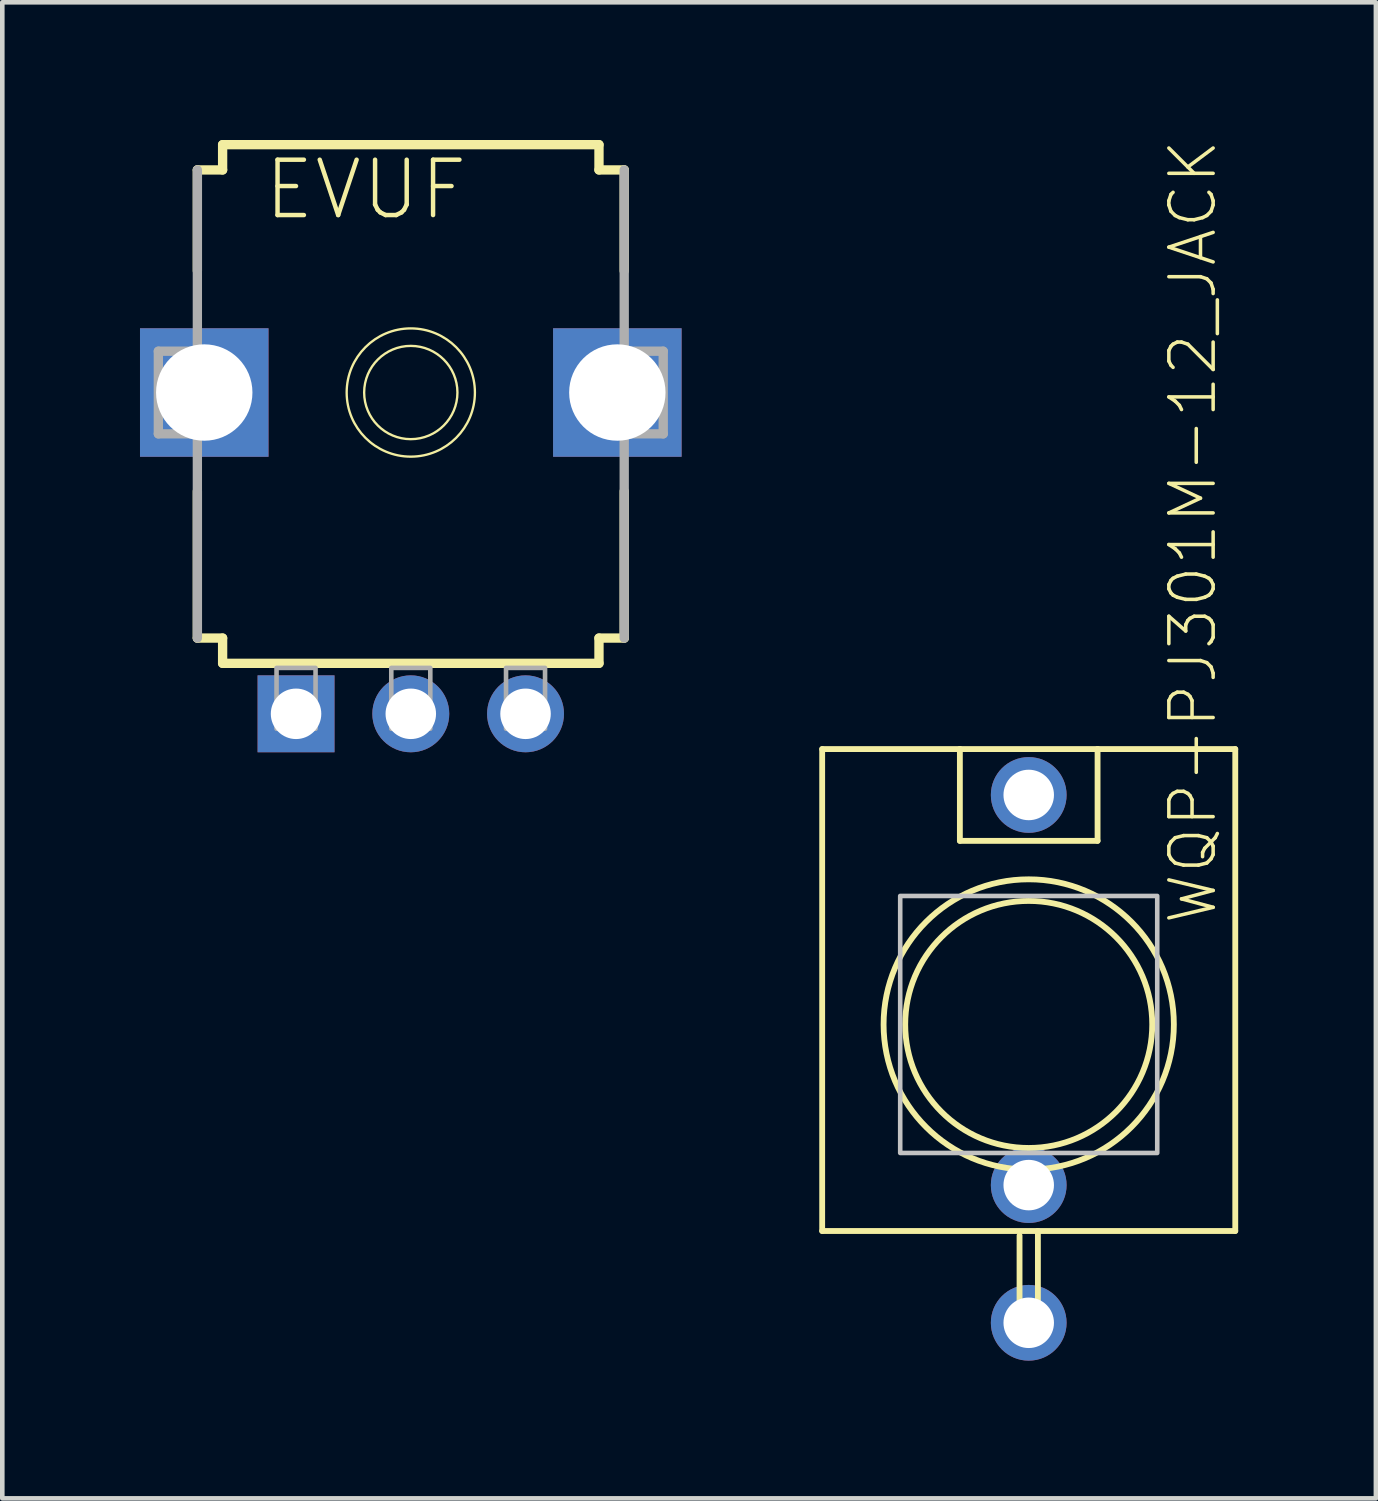
<source format=kicad_pcb>
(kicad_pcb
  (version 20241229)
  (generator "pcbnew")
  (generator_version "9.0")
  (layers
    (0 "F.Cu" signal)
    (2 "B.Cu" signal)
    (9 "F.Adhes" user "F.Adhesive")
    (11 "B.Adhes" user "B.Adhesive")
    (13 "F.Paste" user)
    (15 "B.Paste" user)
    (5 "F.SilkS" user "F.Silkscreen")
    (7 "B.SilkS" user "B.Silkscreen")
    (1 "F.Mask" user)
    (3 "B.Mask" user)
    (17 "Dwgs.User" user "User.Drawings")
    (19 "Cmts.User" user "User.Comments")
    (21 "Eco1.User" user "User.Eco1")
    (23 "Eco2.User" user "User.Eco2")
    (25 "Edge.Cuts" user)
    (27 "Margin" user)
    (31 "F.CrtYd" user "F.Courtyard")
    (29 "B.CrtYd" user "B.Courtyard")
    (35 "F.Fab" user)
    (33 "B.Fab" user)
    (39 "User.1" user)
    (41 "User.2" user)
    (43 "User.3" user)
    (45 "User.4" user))
  (footprint "WQP-PJ301M-12_JACK"
    (layer "F.Cu")
    (at 19.363 19.27)
    (property "Reference" "WQP-PJ301M-12_JACK" (at 4.14 -2.134 90) (layer "F.SilkS") (effects (font (size 0.965 0.965) (thickness 0.077)) (justify left bottom)))
    (attr through_hole)
    (fp_line (start -4.5 -6) (end -4.5 4.5) (stroke (width 0.127) (type solid)) (layer "F.SilkS"))
    (fp_line (start -4.5 -6) (end -1.5 -6) (stroke (width 0.127) (type solid)) (layer "F.SilkS"))
    (fp_line (start -4.5 4.5) (end 0.2 4.5) (stroke (width 0.127) (type solid)) (layer "F.SilkS"))
    (fp_line (start -1.5 -6) (end -1.5 -4) (stroke (width 0.127) (type solid)) (layer "F.SilkS"))
    (fp_line (start -1.5 -6) (end 1.5 -6) (stroke (width 0.127) (type solid)) (layer "F.SilkS"))
    (fp_line (start -1.5 -4) (end 1.5 -4) (stroke (width 0.127) (type solid)) (layer "F.SilkS"))
    (fp_line (start -0.2 4.6) (end -0.2 6.7) (stroke (width 0.127) (type solid)) (layer "F.SilkS"))
    (fp_line (start -0.2 6.7) (end 0.2 6.7) (stroke (width 0.127) (type solid)) (layer "F.SilkS"))
    (fp_line (start 0.2 4.5) (end 4.5 4.5) (stroke (width 0.127) (type solid)) (layer "F.SilkS"))
    (fp_line (start 0.2 6.7) (end 0.2 4.5) (stroke (width 0.127) (type solid)) (layer "F.SilkS"))
    (fp_line (start 1.5 -6) (end 4.5 -6) (stroke (width 0.127) (type solid)) (layer "F.SilkS"))
    (fp_line (start 1.5 -4) (end 1.5 -6) (stroke (width 0.127) (type solid)) (layer "F.SilkS"))
    (fp_line (start 4.5 4.5) (end 4.5 -6) (stroke (width 0.127) (type solid)) (layer "F.SilkS"))
    (fp_circle (center 0 0) (end 2.691 0) (stroke (width 0.127) (type solid)) (fill no) (layer "F.SilkS"))
    (fp_circle (center 0 0) (end 3.162 0) (stroke (width 0.127) (type solid)) (fill no) (layer "F.SilkS"))
    (fp_poly (pts (xy -2.8 2.8) (xy 2.8 2.8) (xy 2.8 -2.8) (xy -2.8 -2.8)) (stroke (width 0.1) (type solid)) (fill no) (layer "Dwgs.User"))
    (pad "P$1_TIP" thru_hole circle (at 0 -5) (size 1.65 1.65) (drill 1.1) (layers "*.Cu" "*.Mask"))
    (pad "P$2_SWITCH" thru_hole circle (at 0 3.5) (size 1.65 1.65) (drill 1.1) (layers "*.Cu" "*.Mask"))
    (pad "P$3_SLEEVE" thru_hole circle (at 0 6.5) (size 1.65 1.65) (drill 1.1) (layers "*.Cu" "*.Mask")))
  (footprint "EVUF"
    (layer "F.Cu")
    (at 5.9 5.502)
    (property "Reference" "EVUF" (at -3.254 -3.714 180) (layer "F.SilkS") (effects (font (size 1.206 1.206) (thickness 0.097)) (justify left bottom)))
    (attr through_hole)
    (fp_line (start -4.65 -2.65) (end -4.65 -4.85) (stroke (width 0.203) (type solid)) (layer "F.SilkS"))
    (fp_line (start -4.65 5.35) (end -4.65 2.15) (stroke (width 0.203) (type solid)) (layer "F.SilkS"))
    (fp_line (start -4.65 5.35) (end -4.1 5.35) (stroke (width 0.203) (type solid)) (layer "F.SilkS"))
    (fp_line (start -4.1 -5.4) (end -4.1 -4.85) (stroke (width 0.203) (type solid)) (layer "F.SilkS"))
    (fp_line (start -4.1 -5.4) (end 4.1 -5.4) (stroke (width 0.203) (type solid)) (layer "F.SilkS"))
    (fp_line (start -4.1 -4.85) (end -4.65 -4.85) (stroke (width 0.203) (type solid)) (layer "F.SilkS"))
    (fp_line (start -4.1 5.35) (end -4.1 5.9) (stroke (width 0.203) (type solid)) (layer "F.SilkS"))
    (fp_line (start 4.1 -4.85) (end 4.1 -5.4) (stroke (width 0.203) (type solid)) (layer "F.SilkS"))
    (fp_line (start 4.1 5.35) (end 4.65 5.35) (stroke (width 0.203) (type solid)) (layer "F.SilkS"))
    (fp_line (start 4.1 5.9) (end -4.1 5.9) (stroke (width 0.203) (type solid)) (layer "F.SilkS"))
    (fp_line (start 4.1 5.9) (end 4.1 5.35) (stroke (width 0.203) (type solid)) (layer "F.SilkS"))
    (fp_line (start 4.65 -4.85) (end 4.1 -4.85) (stroke (width 0.203) (type solid)) (layer "F.SilkS"))
    (fp_line (start 4.65 -4.85) (end 4.65 -2.65) (stroke (width 0.203) (type solid)) (layer "F.SilkS"))
    (fp_line (start 4.65 2.15) (end 4.65 5.35) (stroke (width 0.203) (type solid)) (layer "F.SilkS"))
    (fp_circle (center 0 0) (end 1.016 0) (stroke (width 0.051) (type solid)) (fill no) (layer "F.SilkS"))
    (fp_circle (center 0 0) (end 1.397 0) (stroke (width 0.051) (type solid)) (fill no) (layer "F.SilkS"))
    (fp_line (start -5.5 -0.9) (end -5.5 0.9) (stroke (width 0.203) (type solid)) (layer "F.Fab"))
    (fp_line (start -5.5 0.9) (end -4.75 0.9) (stroke (width 0.203) (type solid)) (layer "F.Fab"))
    (fp_line (start -4.75 -0.9) (end -5.5 -0.9) (stroke (width 0.203) (type solid)) (layer "F.Fab"))
    (fp_line (start -4.65 5.35) (end -4.65 -4.85) (stroke (width 0.203) (type solid)) (layer "F.Fab"))
    (fp_line (start 4.65 -4.85) (end 4.65 5.35) (stroke (width 0.203) (type solid)) (layer "F.Fab"))
    (fp_line (start 4.75 0.9) (end 5.5 0.9) (stroke (width 0.203) (type solid)) (layer "F.Fab"))
    (fp_line (start 5.5 -0.9) (end 4.75 -0.9) (stroke (width 0.203) (type solid)) (layer "F.Fab"))
    (fp_line (start 5.5 0.9) (end 5.5 -0.9) (stroke (width 0.203) (type solid)) (layer "F.Fab"))
    (fp_poly (pts (xy -2.925 7.325) (xy -2.075 7.325) (xy -2.075 6) (xy -2.925 6)) (stroke (width 0.1) (type solid)) (fill no) (layer "F.Fab"))
    (fp_poly (pts (xy -0.425 7.325) (xy 0.425 7.325) (xy 0.425 6) (xy -0.425 6)) (stroke (width 0.1) (type solid)) (fill no) (layer "F.Fab"))
    (fp_poly (pts (xy 2.075 7.325) (xy 2.925 7.325) (xy 2.925 6) (xy 2.075 6)) (stroke (width 0.1) (type solid)) (fill no) (layer "F.Fab"))
    (pad "1" thru_hole rect (at -2.5 7 270) (size 1.676 1.676) (drill 1.1) (layers "*.Cu" "*.Mask"))
    (pad "2" thru_hole circle (at 0 7 270) (size 1.676 1.676) (drill 1.1) (layers "*.Cu" "*.Mask"))
    (pad "3" thru_hole circle (at 2.5 7 270) (size 1.676 1.676) (drill 1.1) (layers "*.Cu" "*.Mask"))
    (pad "M1" thru_hole rect (at 4.5 0 270) (size 2.8 2.8) (drill 2.1) (layers "*.Cu" "*.Mask"))
    (pad "M2" thru_hole rect (at -4.5 0 270) (size 2.8 2.8) (drill 2.1) (layers "*.Cu" "*.Mask")))
  (gr_rect
    (start -3 -3)
    (end 26.927 29.595)
    (stroke (width 0.1) (type default))
    (fill no)
    (layer "Edge.Cuts")))
</source>
